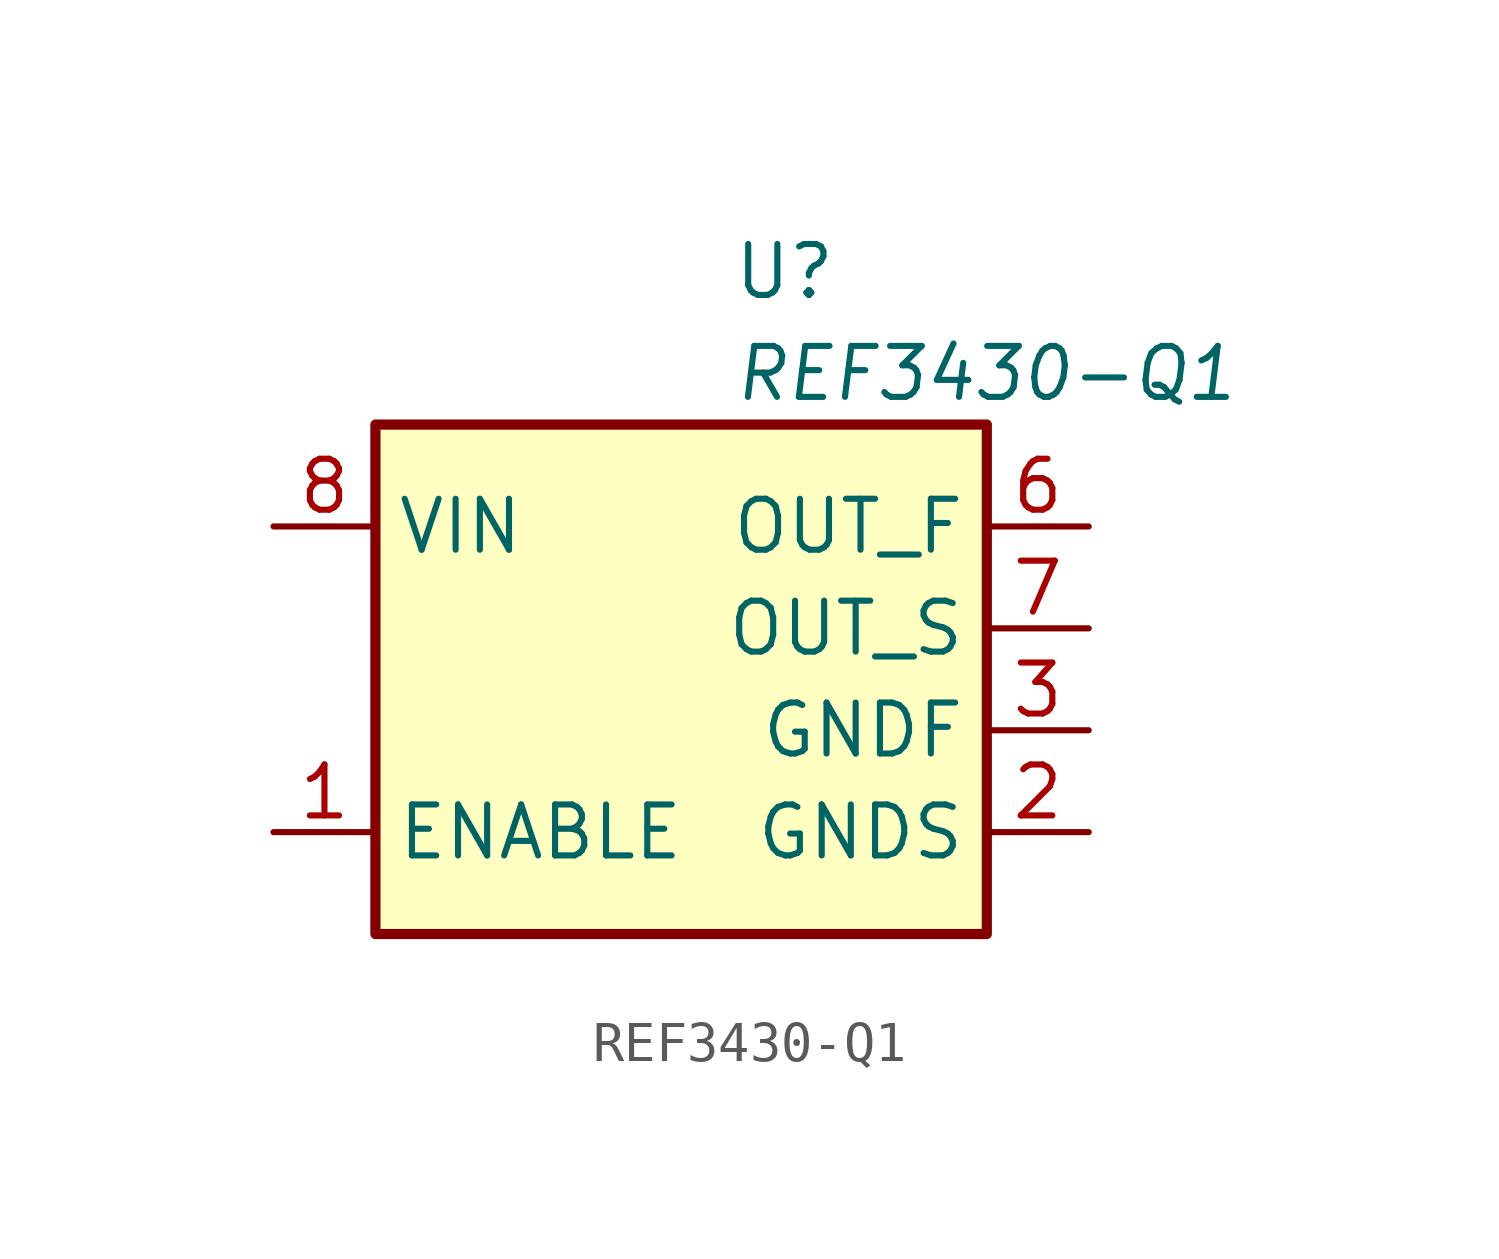
<source format=kicad_sym>
(kicad_symbol_lib
  (version 20211014)
  (generator kicad_symbol_editor)
  (symbol "REF3430-Q1"
    (property "Reference" "U"
      (at 1.27 8.89 0)
      (effects (font (size 1.27 1.27)) (justify left)))
    (property "Value" "REF3430-Q1"
      (at 1.27 6.35 0)
      (effects (font (size 1.27 1.27) italic) (justify left)))
    (symbol "REF3430-Q1_0_1"
      (rectangle (start -7.62 5.08) (end 7.62 -7.62) (stroke (width 0.254) (type default) (color 0 0 0 0)) (fill (type background))))
    (symbol "REF3430-Q1_1_1"
      (pin input line (at -10.16 -5.08 0) (length 2.54) (name "ENABLE" (effects (font (size 1.27 1.27)))) (number "1" (effects (font (size 1.27 1.27)))))
      (pin input line (at 10.16 -5.08 180) (length 2.54) (name "GNDS" (effects (font (size 1.27 1.27)))) (number "2" (effects (font (size 1.27 1.27)))))
      (pin power_in line (at 10.16 -2.54 180) (length 2.54) (name "GNDF" (effects (font (size 1.27 1.27)))) (number "3" (effects (font (size 1.27 1.27)))))
      (pin no_connect line (at -2.54 -2.54 180) (length 2.54) hide (name "NC" (effects (font (size 1.27 1.27)))) (number "4" (effects (font (size 1.27 1.27)))))
      (pin no_connect line (at -2.54 -5.08 180) (length 2.54) hide (name "NC" (effects (font (size 1.27 1.27)))) (number "5" (effects (font (size 1.27 1.27)))))
      (pin output line (at 10.16 2.54 180) (length 2.54) (name "OUT_F" (effects (font (size 1.27 1.27)))) (number "6" (effects (font (size 1.27 1.27)))))
      (pin input line (at 10.16 0 180) (length 2.54) (name "OUT_S" (effects (font (size 1.27 1.27)))) (number "7" (effects (font (size 1.27 1.27)))))
      (pin power_in line (at -10.16 2.54 0) (length 2.54) (name "VIN" (effects (font (size 1.27 1.27)))) (number "8" (effects (font (size 1.27 1.27))))))))
</source>
